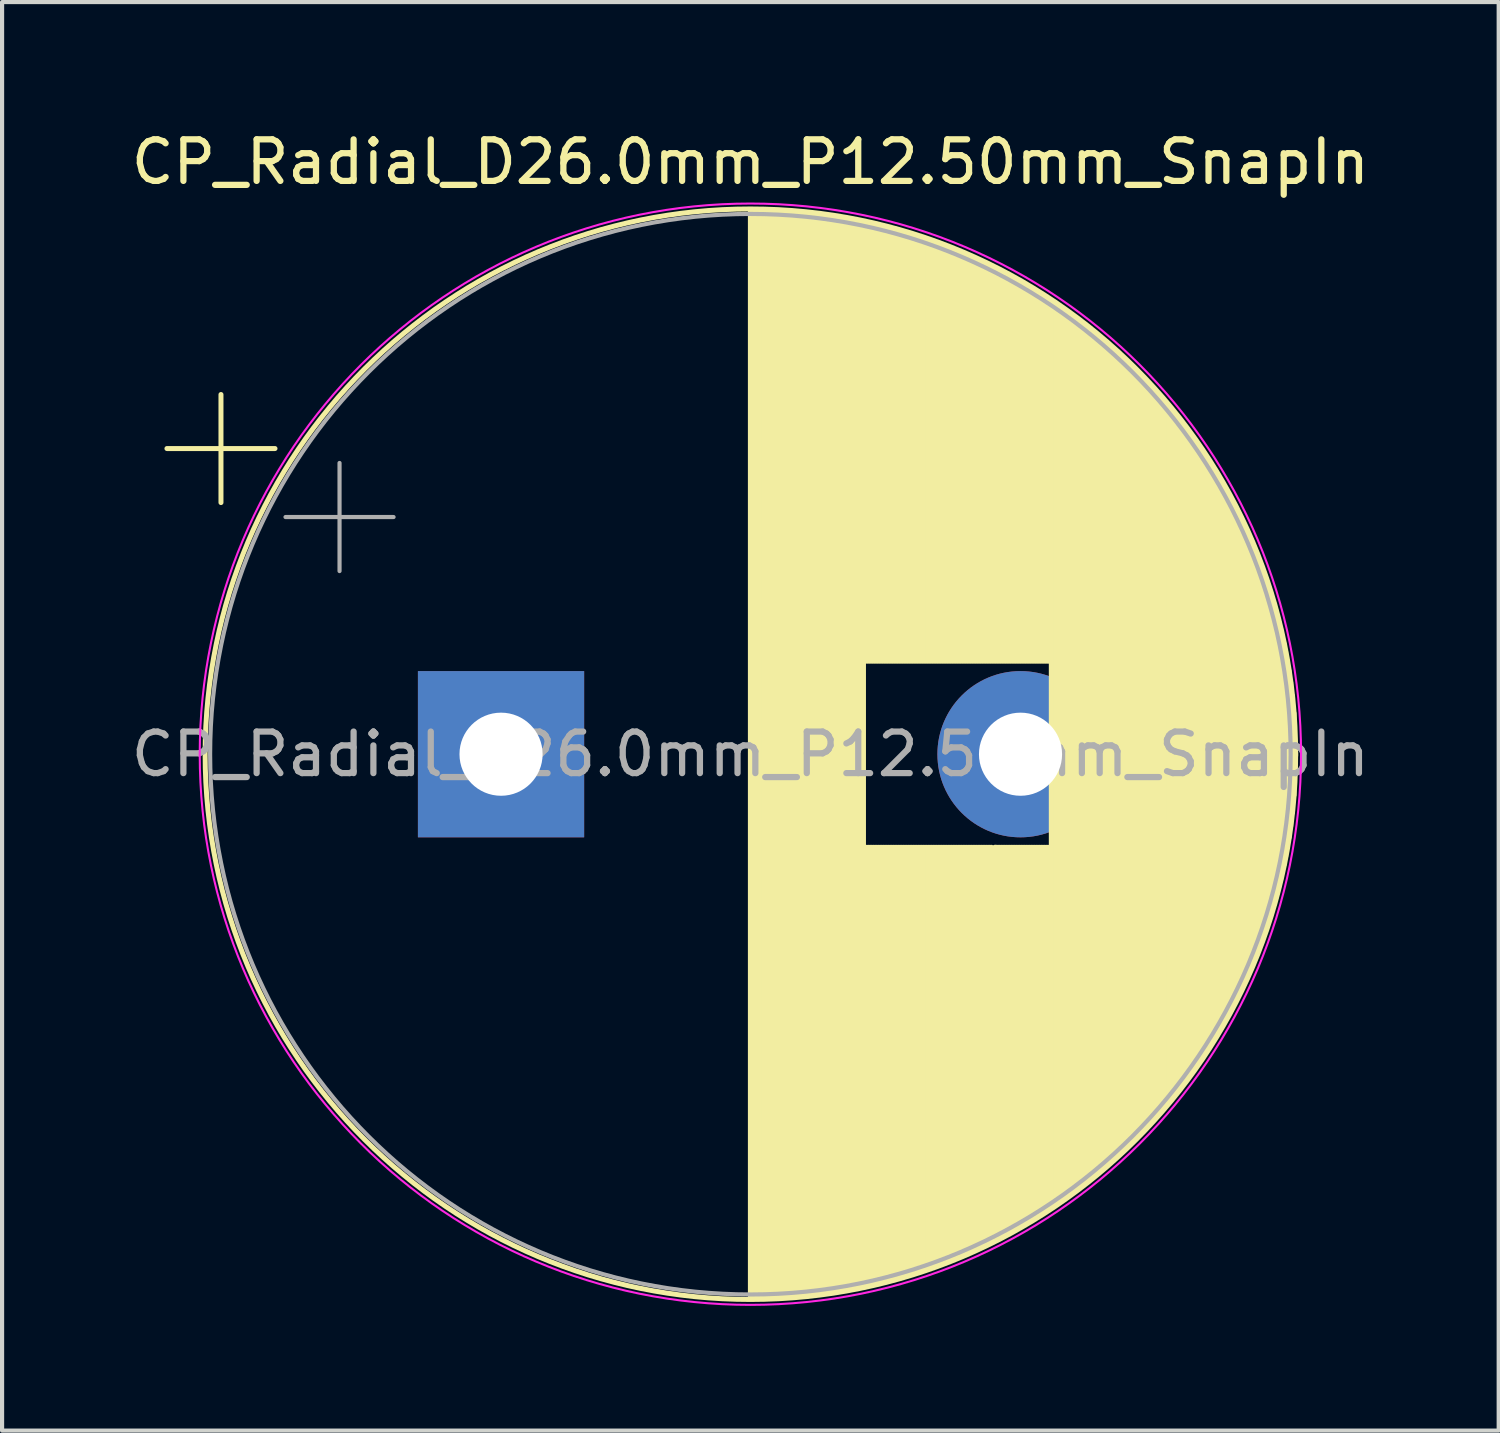
<source format=kicad_pcb>
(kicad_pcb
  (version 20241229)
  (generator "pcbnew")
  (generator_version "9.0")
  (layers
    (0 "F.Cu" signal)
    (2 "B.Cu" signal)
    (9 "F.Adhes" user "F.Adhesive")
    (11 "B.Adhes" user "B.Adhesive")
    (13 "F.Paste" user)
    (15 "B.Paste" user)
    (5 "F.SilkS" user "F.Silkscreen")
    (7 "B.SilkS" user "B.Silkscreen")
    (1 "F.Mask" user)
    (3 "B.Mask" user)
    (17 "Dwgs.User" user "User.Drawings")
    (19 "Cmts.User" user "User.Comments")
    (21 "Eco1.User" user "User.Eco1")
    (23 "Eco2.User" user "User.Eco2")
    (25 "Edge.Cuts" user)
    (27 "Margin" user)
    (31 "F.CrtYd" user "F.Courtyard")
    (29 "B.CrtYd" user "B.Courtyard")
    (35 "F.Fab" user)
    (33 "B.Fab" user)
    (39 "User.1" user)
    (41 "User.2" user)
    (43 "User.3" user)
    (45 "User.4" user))
  (footprint "CP_Radial_D26.0mm_P12.50mm_SnapIn"
    (layer "F.Cu")
    (at 9.006 15.098)
    (property "Reference" "CP_Radial_D26.0mm_P12.50mm_SnapIn" (at 6 -14.25 0) (layer "F.SilkS") (effects (font (size 1 1) (thickness 0.15))))
    (attr through_hole)
    (fp_line (start -8.039 -7.355) (end -5.439 -7.355) (stroke (width 0.12) (type solid)) (layer "F.SilkS"))
    (fp_line (start -6.739 -8.655) (end -6.739 -6.055) (stroke (width 0.12) (type solid)) (layer "F.SilkS"))
    (fp_line (start 6 -13.081) (end 6 13.081) (stroke (width 0.12) (type solid)) (layer "F.SilkS"))
    (fp_line (start 6.04 -13.08) (end 6.04 13.08) (stroke (width 0.12) (type solid)) (layer "F.SilkS"))
    (fp_line (start 6.08 -13.08) (end 6.08 13.08) (stroke (width 0.12) (type solid)) (layer "F.SilkS"))
    (fp_line (start 6.12 -13.08) (end 6.12 13.08) (stroke (width 0.12) (type solid)) (layer "F.SilkS"))
    (fp_line (start 6.16 -13.08) (end 6.16 13.08) (stroke (width 0.12) (type solid)) (layer "F.SilkS"))
    (fp_line (start 6.2 -13.079) (end 6.2 13.079) (stroke (width 0.12) (type solid)) (layer "F.SilkS"))
    (fp_line (start 6.24 -13.078) (end 6.24 13.078) (stroke (width 0.12) (type solid)) (layer "F.SilkS"))
    (fp_line (start 6.28 -13.078) (end 6.28 13.078) (stroke (width 0.12) (type solid)) (layer "F.SilkS"))
    (fp_line (start 6.32 -13.077) (end 6.32 13.077) (stroke (width 0.12) (type solid)) (layer "F.SilkS"))
    (fp_line (start 6.36 -13.076) (end 6.36 13.076) (stroke (width 0.12) (type solid)) (layer "F.SilkS"))
    (fp_line (start 6.4 -13.074) (end 6.4 13.074) (stroke (width 0.12) (type solid)) (layer "F.SilkS"))
    (fp_line (start 6.44 -13.073) (end 6.44 13.073) (stroke (width 0.12) (type solid)) (layer "F.SilkS"))
    (fp_line (start 6.48 -13.072) (end 6.48 13.072) (stroke (width 0.12) (type solid)) (layer "F.SilkS"))
    (fp_line (start 6.52 -13.07) (end 6.52 13.07) (stroke (width 0.12) (type solid)) (layer "F.SilkS"))
    (fp_line (start 6.56 -13.069) (end 6.56 13.069) (stroke (width 0.12) (type solid)) (layer "F.SilkS"))
    (fp_line (start 6.6 -13.067) (end 6.6 13.067) (stroke (width 0.12) (type solid)) (layer "F.SilkS"))
    (fp_line (start 6.64 -13.065) (end 6.64 13.065) (stroke (width 0.12) (type solid)) (layer "F.SilkS"))
    (fp_line (start 6.68 -13.063) (end 6.68 13.063) (stroke (width 0.12) (type solid)) (layer "F.SilkS"))
    (fp_line (start 6.721 -13.061) (end 6.721 13.061) (stroke (width 0.12) (type solid)) (layer "F.SilkS"))
    (fp_line (start 6.761 -13.058) (end 6.761 13.058) (stroke (width 0.12) (type solid)) (layer "F.SilkS"))
    (fp_line (start 6.801 -13.056) (end 6.801 13.056) (stroke (width 0.12) (type solid)) (layer "F.SilkS"))
    (fp_line (start 6.841 -13.054) (end 6.841 13.054) (stroke (width 0.12) (type solid)) (layer "F.SilkS"))
    (fp_line (start 6.881 -13.051) (end 6.881 13.051) (stroke (width 0.12) (type solid)) (layer "F.SilkS"))
    (fp_line (start 6.921 -13.048) (end 6.921 13.048) (stroke (width 0.12) (type solid)) (layer "F.SilkS"))
    (fp_line (start 6.961 -13.045) (end 6.961 13.045) (stroke (width 0.12) (type solid)) (layer "F.SilkS"))
    (fp_line (start 7.001 -13.042) (end 7.001 13.042) (stroke (width 0.12) (type solid)) (layer "F.SilkS"))
    (fp_line (start 7.041 -13.039) (end 7.041 13.039) (stroke (width 0.12) (type solid)) (layer "F.SilkS"))
    (fp_line (start 7.081 -13.036) (end 7.081 13.036) (stroke (width 0.12) (type solid)) (layer "F.SilkS"))
    (fp_line (start 7.121 -13.033) (end 7.121 13.033) (stroke (width 0.12) (type solid)) (layer "F.SilkS"))
    (fp_line (start 7.161 -13.029) (end 7.161 13.029) (stroke (width 0.12) (type solid)) (layer "F.SilkS"))
    (fp_line (start 7.201 -13.026) (end 7.201 13.026) (stroke (width 0.12) (type solid)) (layer "F.SilkS"))
    (fp_line (start 7.241 -13.022) (end 7.241 13.022) (stroke (width 0.12) (type solid)) (layer "F.SilkS"))
    (fp_line (start 7.281 -13.018) (end 7.281 13.018) (stroke (width 0.12) (type solid)) (layer "F.SilkS"))
    (fp_line (start 7.321 -13.014) (end 7.321 13.014) (stroke (width 0.12) (type solid)) (layer "F.SilkS"))
    (fp_line (start 7.361 -13.01) (end 7.361 13.01) (stroke (width 0.12) (type solid)) (layer "F.SilkS"))
    (fp_line (start 7.401 -13.006) (end 7.401 13.006) (stroke (width 0.12) (type solid)) (layer "F.SilkS"))
    (fp_line (start 7.441 -13.001) (end 7.441 13.001) (stroke (width 0.12) (type solid)) (layer "F.SilkS"))
    (fp_line (start 7.481 -12.997) (end 7.481 12.997) (stroke (width 0.12) (type solid)) (layer "F.SilkS"))
    (fp_line (start 7.521 -12.992) (end 7.521 12.992) (stroke (width 0.12) (type solid)) (layer "F.SilkS"))
    (fp_line (start 7.561 -12.987) (end 7.561 12.987) (stroke (width 0.12) (type solid)) (layer "F.SilkS"))
    (fp_line (start 7.601 -12.983) (end 7.601 12.983) (stroke (width 0.12) (type solid)) (layer "F.SilkS"))
    (fp_line (start 7.641 -12.978) (end 7.641 12.978) (stroke (width 0.12) (type solid)) (layer "F.SilkS"))
    (fp_line (start 7.681 -12.972) (end 7.681 12.972) (stroke (width 0.12) (type solid)) (layer "F.SilkS"))
    (fp_line (start 7.721 -12.967) (end 7.721 12.967) (stroke (width 0.12) (type solid)) (layer "F.SilkS"))
    (fp_line (start 7.761 -12.962) (end 7.761 12.962) (stroke (width 0.12) (type solid)) (layer "F.SilkS"))
    (fp_line (start 7.801 -12.956) (end 7.801 12.956) (stroke (width 0.12) (type solid)) (layer "F.SilkS"))
    (fp_line (start 7.841 -12.951) (end 7.841 12.951) (stroke (width 0.12) (type solid)) (layer "F.SilkS"))
    (fp_line (start 7.881 -12.945) (end 7.881 12.945) (stroke (width 0.12) (type solid)) (layer "F.SilkS"))
    (fp_line (start 7.921 -12.939) (end 7.921 12.939) (stroke (width 0.12) (type solid)) (layer "F.SilkS"))
    (fp_line (start 7.961 -12.933) (end 7.961 12.933) (stroke (width 0.12) (type solid)) (layer "F.SilkS"))
    (fp_line (start 8.001 -12.927) (end 8.001 12.927) (stroke (width 0.12) (type solid)) (layer "F.SilkS"))
    (fp_line (start 8.041 -12.921) (end 8.041 12.921) (stroke (width 0.12) (type solid)) (layer "F.SilkS"))
    (fp_line (start 8.081 -12.915) (end 8.081 12.915) (stroke (width 0.12) (type solid)) (layer "F.SilkS"))
    (fp_line (start 8.121 -12.908) (end 8.121 12.908) (stroke (width 0.12) (type solid)) (layer "F.SilkS"))
    (fp_line (start 8.161 -12.901) (end 8.161 12.901) (stroke (width 0.12) (type solid)) (layer "F.SilkS"))
    (fp_line (start 8.201 -12.895) (end 8.201 12.895) (stroke (width 0.12) (type solid)) (layer "F.SilkS"))
    (fp_line (start 8.241 -12.888) (end 8.241 12.888) (stroke (width 0.12) (type solid)) (layer "F.SilkS"))
    (fp_line (start 8.281 -12.881) (end 8.281 12.881) (stroke (width 0.12) (type solid)) (layer "F.SilkS"))
    (fp_line (start 8.321 -12.874) (end 8.321 12.874) (stroke (width 0.12) (type solid)) (layer "F.SilkS"))
    (fp_line (start 8.361 -12.866) (end 8.361 12.866) (stroke (width 0.12) (type solid)) (layer "F.SilkS"))
    (fp_line (start 8.401 -12.859) (end 8.401 12.859) (stroke (width 0.12) (type solid)) (layer "F.SilkS"))
    (fp_line (start 8.441 -12.852) (end 8.441 12.852) (stroke (width 0.12) (type solid)) (layer "F.SilkS"))
    (fp_line (start 8.481 -12.844) (end 8.481 12.844) (stroke (width 0.12) (type solid)) (layer "F.SilkS"))
    (fp_line (start 8.521 -12.836) (end 8.521 12.836) (stroke (width 0.12) (type solid)) (layer "F.SilkS"))
    (fp_line (start 8.561 -12.828) (end 8.561 12.828) (stroke (width 0.12) (type solid)) (layer "F.SilkS"))
    (fp_line (start 8.601 -12.82) (end 8.601 12.82) (stroke (width 0.12) (type solid)) (layer "F.SilkS"))
    (fp_line (start 8.641 -12.812) (end 8.641 12.812) (stroke (width 0.12) (type solid)) (layer "F.SilkS"))
    (fp_line (start 8.681 -12.804) (end 8.681 12.804) (stroke (width 0.12) (type solid)) (layer "F.SilkS"))
    (fp_line (start 8.721 -12.795) (end 8.721 12.795) (stroke (width 0.12) (type solid)) (layer "F.SilkS"))
    (fp_line (start 8.761 -12.787) (end 8.761 -2.24) (stroke (width 0.12) (type solid)) (layer "F.SilkS"))
    (fp_line (start 8.761 2.24) (end 8.761 12.787) (stroke (width 0.12) (type solid)) (layer "F.SilkS"))
    (fp_line (start 8.801 -12.778) (end 8.801 -2.24) (stroke (width 0.12) (type solid)) (layer "F.SilkS"))
    (fp_line (start 8.801 2.24) (end 8.801 12.778) (stroke (width 0.12) (type solid)) (layer "F.SilkS"))
    (fp_line (start 8.841 -12.769) (end 8.841 -2.24) (stroke (width 0.12) (type solid)) (layer "F.SilkS"))
    (fp_line (start 8.841 2.24) (end 8.841 12.769) (stroke (width 0.12) (type solid)) (layer "F.SilkS"))
    (fp_line (start 8.881 -12.761) (end 8.881 -2.24) (stroke (width 0.12) (type solid)) (layer "F.SilkS"))
    (fp_line (start 8.881 2.24) (end 8.881 12.761) (stroke (width 0.12) (type solid)) (layer "F.SilkS"))
    (fp_line (start 8.921 -12.751) (end 8.921 -2.24) (stroke (width 0.12) (type solid)) (layer "F.SilkS"))
    (fp_line (start 8.921 2.24) (end 8.921 12.751) (stroke (width 0.12) (type solid)) (layer "F.SilkS"))
    (fp_line (start 8.961 -12.742) (end 8.961 -2.24) (stroke (width 0.12) (type solid)) (layer "F.SilkS"))
    (fp_line (start 8.961 2.24) (end 8.961 12.742) (stroke (width 0.12) (type solid)) (layer "F.SilkS"))
    (fp_line (start 9.001 -12.733) (end 9.001 -2.24) (stroke (width 0.12) (type solid)) (layer "F.SilkS"))
    (fp_line (start 9.001 2.24) (end 9.001 12.733) (stroke (width 0.12) (type solid)) (layer "F.SilkS"))
    (fp_line (start 9.041 -12.723) (end 9.041 -2.24) (stroke (width 0.12) (type solid)) (layer "F.SilkS"))
    (fp_line (start 9.041 2.24) (end 9.041 12.723) (stroke (width 0.12) (type solid)) (layer "F.SilkS"))
    (fp_line (start 9.081 -12.714) (end 9.081 -2.24) (stroke (width 0.12) (type solid)) (layer "F.SilkS"))
    (fp_line (start 9.081 2.24) (end 9.081 12.714) (stroke (width 0.12) (type solid)) (layer "F.SilkS"))
    (fp_line (start 9.121 -12.704) (end 9.121 -2.24) (stroke (width 0.12) (type solid)) (layer "F.SilkS"))
    (fp_line (start 9.121 2.24) (end 9.121 12.704) (stroke (width 0.12) (type solid)) (layer "F.SilkS"))
    (fp_line (start 9.161 -12.694) (end 9.161 -2.24) (stroke (width 0.12) (type solid)) (layer "F.SilkS"))
    (fp_line (start 9.161 2.24) (end 9.161 12.694) (stroke (width 0.12) (type solid)) (layer "F.SilkS"))
    (fp_line (start 9.201 -12.684) (end 9.201 -2.24) (stroke (width 0.12) (type solid)) (layer "F.SilkS"))
    (fp_line (start 9.201 2.24) (end 9.201 12.684) (stroke (width 0.12) (type solid)) (layer "F.SilkS"))
    (fp_line (start 9.241 -12.674) (end 9.241 -2.24) (stroke (width 0.12) (type solid)) (layer "F.SilkS"))
    (fp_line (start 9.241 2.24) (end 9.241 12.674) (stroke (width 0.12) (type solid)) (layer "F.SilkS"))
    (fp_line (start 9.281 -12.664) (end 9.281 -2.24) (stroke (width 0.12) (type solid)) (layer "F.SilkS"))
    (fp_line (start 9.281 2.24) (end 9.281 12.664) (stroke (width 0.12) (type solid)) (layer "F.SilkS"))
    (fp_line (start 9.321 -12.653) (end 9.321 -2.24) (stroke (width 0.12) (type solid)) (layer "F.SilkS"))
    (fp_line (start 9.321 2.24) (end 9.321 12.653) (stroke (width 0.12) (type solid)) (layer "F.SilkS"))
    (fp_line (start 9.361 -12.643) (end 9.361 -2.24) (stroke (width 0.12) (type solid)) (layer "F.SilkS"))
    (fp_line (start 9.361 2.24) (end 9.361 12.643) (stroke (width 0.12) (type solid)) (layer "F.SilkS"))
    (fp_line (start 9.401 -12.632) (end 9.401 -2.24) (stroke (width 0.12) (type solid)) (layer "F.SilkS"))
    (fp_line (start 9.401 2.24) (end 9.401 12.632) (stroke (width 0.12) (type solid)) (layer "F.SilkS"))
    (fp_line (start 9.441 -12.621) (end 9.441 -2.24) (stroke (width 0.12) (type solid)) (layer "F.SilkS"))
    (fp_line (start 9.441 2.24) (end 9.441 12.621) (stroke (width 0.12) (type solid)) (layer "F.SilkS"))
    (fp_line (start 9.481 -12.611) (end 9.481 -2.24) (stroke (width 0.12) (type solid)) (layer "F.SilkS"))
    (fp_line (start 9.481 2.24) (end 9.481 12.611) (stroke (width 0.12) (type solid)) (layer "F.SilkS"))
    (fp_line (start 9.521 -12.599) (end 9.521 -2.24) (stroke (width 0.12) (type solid)) (layer "F.SilkS"))
    (fp_line (start 9.521 2.24) (end 9.521 12.599) (stroke (width 0.12) (type solid)) (layer "F.SilkS"))
    (fp_line (start 9.561 -12.588) (end 9.561 -2.24) (stroke (width 0.12) (type solid)) (layer "F.SilkS"))
    (fp_line (start 9.561 2.24) (end 9.561 12.588) (stroke (width 0.12) (type solid)) (layer "F.SilkS"))
    (fp_line (start 9.601 -12.577) (end 9.601 -2.24) (stroke (width 0.12) (type solid)) (layer "F.SilkS"))
    (fp_line (start 9.601 2.24) (end 9.601 12.577) (stroke (width 0.12) (type solid)) (layer "F.SilkS"))
    (fp_line (start 9.641 -12.565) (end 9.641 -2.24) (stroke (width 0.12) (type solid)) (layer "F.SilkS"))
    (fp_line (start 9.641 2.24) (end 9.641 12.565) (stroke (width 0.12) (type solid)) (layer "F.SilkS"))
    (fp_line (start 9.681 -12.554) (end 9.681 -2.24) (stroke (width 0.12) (type solid)) (layer "F.SilkS"))
    (fp_line (start 9.681 2.24) (end 9.681 12.554) (stroke (width 0.12) (type solid)) (layer "F.SilkS"))
    (fp_line (start 9.721 -12.542) (end 9.721 -2.24) (stroke (width 0.12) (type solid)) (layer "F.SilkS"))
    (fp_line (start 9.721 2.24) (end 9.721 12.542) (stroke (width 0.12) (type solid)) (layer "F.SilkS"))
    (fp_line (start 9.761 -12.53) (end 9.761 -2.24) (stroke (width 0.12) (type solid)) (layer "F.SilkS"))
    (fp_line (start 9.761 2.24) (end 9.761 12.53) (stroke (width 0.12) (type solid)) (layer "F.SilkS"))
    (fp_line (start 9.801 -12.518) (end 9.801 -2.24) (stroke (width 0.12) (type solid)) (layer "F.SilkS"))
    (fp_line (start 9.801 2.24) (end 9.801 12.518) (stroke (width 0.12) (type solid)) (layer "F.SilkS"))
    (fp_line (start 9.841 -12.506) (end 9.841 -2.24) (stroke (width 0.12) (type solid)) (layer "F.SilkS"))
    (fp_line (start 9.841 2.24) (end 9.841 12.506) (stroke (width 0.12) (type solid)) (layer "F.SilkS"))
    (fp_line (start 9.881 -12.494) (end 9.881 -2.24) (stroke (width 0.12) (type solid)) (layer "F.SilkS"))
    (fp_line (start 9.881 2.24) (end 9.881 12.494) (stroke (width 0.12) (type solid)) (layer "F.SilkS"))
    (fp_line (start 9.921 -12.481) (end 9.921 -2.24) (stroke (width 0.12) (type solid)) (layer "F.SilkS"))
    (fp_line (start 9.921 2.24) (end 9.921 12.481) (stroke (width 0.12) (type solid)) (layer "F.SilkS"))
    (fp_line (start 9.961 -12.469) (end 9.961 -2.24) (stroke (width 0.12) (type solid)) (layer "F.SilkS"))
    (fp_line (start 9.961 2.24) (end 9.961 12.469) (stroke (width 0.12) (type solid)) (layer "F.SilkS"))
    (fp_line (start 10.001 -12.456) (end 10.001 -2.24) (stroke (width 0.12) (type solid)) (layer "F.SilkS"))
    (fp_line (start 10.001 2.24) (end 10.001 12.456) (stroke (width 0.12) (type solid)) (layer "F.SilkS"))
    (fp_line (start 10.041 -12.443) (end 10.041 -2.24) (stroke (width 0.12) (type solid)) (layer "F.SilkS"))
    (fp_line (start 10.041 2.24) (end 10.041 12.443) (stroke (width 0.12) (type solid)) (layer "F.SilkS"))
    (fp_line (start 10.081 -12.43) (end 10.081 -2.24) (stroke (width 0.12) (type solid)) (layer "F.SilkS"))
    (fp_line (start 10.081 2.24) (end 10.081 12.43) (stroke (width 0.12) (type solid)) (layer "F.SilkS"))
    (fp_line (start 10.121 -12.417) (end 10.121 -2.24) (stroke (width 0.12) (type solid)) (layer "F.SilkS"))
    (fp_line (start 10.121 2.24) (end 10.121 12.417) (stroke (width 0.12) (type solid)) (layer "F.SilkS"))
    (fp_line (start 10.161 -12.404) (end 10.161 -2.24) (stroke (width 0.12) (type solid)) (layer "F.SilkS"))
    (fp_line (start 10.161 2.24) (end 10.161 12.404) (stroke (width 0.12) (type solid)) (layer "F.SilkS"))
    (fp_line (start 10.201 -12.39) (end 10.201 -2.24) (stroke (width 0.12) (type solid)) (layer "F.SilkS"))
    (fp_line (start 10.201 2.24) (end 10.201 12.39) (stroke (width 0.12) (type solid)) (layer "F.SilkS"))
    (fp_line (start 10.241 -12.376) (end 10.241 -2.24) (stroke (width 0.12) (type solid)) (layer "F.SilkS"))
    (fp_line (start 10.241 2.24) (end 10.241 12.376) (stroke (width 0.12) (type solid)) (layer "F.SilkS"))
    (fp_line (start 10.281 -12.363) (end 10.281 -2.24) (stroke (width 0.12) (type solid)) (layer "F.SilkS"))
    (fp_line (start 10.281 2.24) (end 10.281 12.363) (stroke (width 0.12) (type solid)) (layer "F.SilkS"))
    (fp_line (start 10.321 -12.349) (end 10.321 -2.24) (stroke (width 0.12) (type solid)) (layer "F.SilkS"))
    (fp_line (start 10.321 2.24) (end 10.321 12.349) (stroke (width 0.12) (type solid)) (layer "F.SilkS"))
    (fp_line (start 10.361 -12.335) (end 10.361 -2.24) (stroke (width 0.12) (type solid)) (layer "F.SilkS"))
    (fp_line (start 10.361 2.24) (end 10.361 12.335) (stroke (width 0.12) (type solid)) (layer "F.SilkS"))
    (fp_line (start 10.401 -12.321) (end 10.401 -2.24) (stroke (width 0.12) (type solid)) (layer "F.SilkS"))
    (fp_line (start 10.401 2.24) (end 10.401 12.321) (stroke (width 0.12) (type solid)) (layer "F.SilkS"))
    (fp_line (start 10.441 -12.306) (end 10.441 -2.24) (stroke (width 0.12) (type solid)) (layer "F.SilkS"))
    (fp_line (start 10.441 2.24) (end 10.441 12.306) (stroke (width 0.12) (type solid)) (layer "F.SilkS"))
    (fp_line (start 10.481 -12.292) (end 10.481 -2.24) (stroke (width 0.12) (type solid)) (layer "F.SilkS"))
    (fp_line (start 10.481 2.24) (end 10.481 12.292) (stroke (width 0.12) (type solid)) (layer "F.SilkS"))
    (fp_line (start 10.521 -12.277) (end 10.521 -2.24) (stroke (width 0.12) (type solid)) (layer "F.SilkS"))
    (fp_line (start 10.521 2.24) (end 10.521 12.277) (stroke (width 0.12) (type solid)) (layer "F.SilkS"))
    (fp_line (start 10.561 -12.263) (end 10.561 -2.24) (stroke (width 0.12) (type solid)) (layer "F.SilkS"))
    (fp_line (start 10.561 2.24) (end 10.561 12.263) (stroke (width 0.12) (type solid)) (layer "F.SilkS"))
    (fp_line (start 10.601 -12.248) (end 10.601 -2.24) (stroke (width 0.12) (type solid)) (layer "F.SilkS"))
    (fp_line (start 10.601 2.24) (end 10.601 12.248) (stroke (width 0.12) (type solid)) (layer "F.SilkS"))
    (fp_line (start 10.641 -12.233) (end 10.641 -2.24) (stroke (width 0.12) (type solid)) (layer "F.SilkS"))
    (fp_line (start 10.641 2.24) (end 10.641 12.233) (stroke (width 0.12) (type solid)) (layer "F.SilkS"))
    (fp_line (start 10.681 -12.217) (end 10.681 -2.24) (stroke (width 0.12) (type solid)) (layer "F.SilkS"))
    (fp_line (start 10.681 2.24) (end 10.681 12.217) (stroke (width 0.12) (type solid)) (layer "F.SilkS"))
    (fp_line (start 10.721 -12.202) (end 10.721 -2.24) (stroke (width 0.12) (type solid)) (layer "F.SilkS"))
    (fp_line (start 10.721 2.24) (end 10.721 12.202) (stroke (width 0.12) (type solid)) (layer "F.SilkS"))
    (fp_line (start 10.761 -12.187) (end 10.761 -2.24) (stroke (width 0.12) (type solid)) (layer "F.SilkS"))
    (fp_line (start 10.761 2.24) (end 10.761 12.187) (stroke (width 0.12) (type solid)) (layer "F.SilkS"))
    (fp_line (start 10.801 -12.171) (end 10.801 -2.24) (stroke (width 0.12) (type solid)) (layer "F.SilkS"))
    (fp_line (start 10.801 2.24) (end 10.801 12.171) (stroke (width 0.12) (type solid)) (layer "F.SilkS"))
    (fp_line (start 10.841 -12.155) (end 10.841 -2.24) (stroke (width 0.12) (type solid)) (layer "F.SilkS"))
    (fp_line (start 10.841 2.24) (end 10.841 12.155) (stroke (width 0.12) (type solid)) (layer "F.SilkS"))
    (fp_line (start 10.881 -12.139) (end 10.881 -2.24) (stroke (width 0.12) (type solid)) (layer "F.SilkS"))
    (fp_line (start 10.881 2.24) (end 10.881 12.139) (stroke (width 0.12) (type solid)) (layer "F.SilkS"))
    (fp_line (start 10.921 -12.123) (end 10.921 -2.24) (stroke (width 0.12) (type solid)) (layer "F.SilkS"))
    (fp_line (start 10.921 2.24) (end 10.921 12.123) (stroke (width 0.12) (type solid)) (layer "F.SilkS"))
    (fp_line (start 10.961 -12.107) (end 10.961 -2.24) (stroke (width 0.12) (type solid)) (layer "F.SilkS"))
    (fp_line (start 10.961 2.24) (end 10.961 12.107) (stroke (width 0.12) (type solid)) (layer "F.SilkS"))
    (fp_line (start 11.001 -12.09) (end 11.001 -2.24) (stroke (width 0.12) (type solid)) (layer "F.SilkS"))
    (fp_line (start 11.001 2.24) (end 11.001 12.09) (stroke (width 0.12) (type solid)) (layer "F.SilkS"))
    (fp_line (start 11.041 -12.074) (end 11.041 -2.24) (stroke (width 0.12) (type solid)) (layer "F.SilkS"))
    (fp_line (start 11.041 2.24) (end 11.041 12.074) (stroke (width 0.12) (type solid)) (layer "F.SilkS"))
    (fp_line (start 11.081 -12.057) (end 11.081 -2.24) (stroke (width 0.12) (type solid)) (layer "F.SilkS"))
    (fp_line (start 11.081 2.24) (end 11.081 12.057) (stroke (width 0.12) (type solid)) (layer "F.SilkS"))
    (fp_line (start 11.121 -12.04) (end 11.121 -2.24) (stroke (width 0.12) (type solid)) (layer "F.SilkS"))
    (fp_line (start 11.121 2.24) (end 11.121 12.04) (stroke (width 0.12) (type solid)) (layer "F.SilkS"))
    (fp_line (start 11.161 -12.023) (end 11.161 -2.24) (stroke (width 0.12) (type solid)) (layer "F.SilkS"))
    (fp_line (start 11.161 2.24) (end 11.161 12.023) (stroke (width 0.12) (type solid)) (layer "F.SilkS"))
    (fp_line (start 11.201 -12.006) (end 11.201 -2.24) (stroke (width 0.12) (type solid)) (layer "F.SilkS"))
    (fp_line (start 11.201 2.24) (end 11.201 12.006) (stroke (width 0.12) (type solid)) (layer "F.SilkS"))
    (fp_line (start 11.241 -11.989) (end 11.241 -2.24) (stroke (width 0.12) (type solid)) (layer "F.SilkS"))
    (fp_line (start 11.241 2.24) (end 11.241 11.989) (stroke (width 0.12) (type solid)) (layer "F.SilkS"))
    (fp_line (start 11.281 -11.971) (end 11.281 -2.24) (stroke (width 0.12) (type solid)) (layer "F.SilkS"))
    (fp_line (start 11.281 2.24) (end 11.281 11.971) (stroke (width 0.12) (type solid)) (layer "F.SilkS"))
    (fp_line (start 11.321 -11.953) (end 11.321 -2.24) (stroke (width 0.12) (type solid)) (layer "F.SilkS"))
    (fp_line (start 11.321 2.24) (end 11.321 11.953) (stroke (width 0.12) (type solid)) (layer "F.SilkS"))
    (fp_line (start 11.361 -11.936) (end 11.361 -2.24) (stroke (width 0.12) (type solid)) (layer "F.SilkS"))
    (fp_line (start 11.361 2.24) (end 11.361 11.936) (stroke (width 0.12) (type solid)) (layer "F.SilkS"))
    (fp_line (start 11.401 -11.918) (end 11.401 -2.24) (stroke (width 0.12) (type solid)) (layer "F.SilkS"))
    (fp_line (start 11.401 2.24) (end 11.401 11.918) (stroke (width 0.12) (type solid)) (layer "F.SilkS"))
    (fp_line (start 11.441 -11.9) (end 11.441 -2.24) (stroke (width 0.12) (type solid)) (layer "F.SilkS"))
    (fp_line (start 11.441 2.24) (end 11.441 11.9) (stroke (width 0.12) (type solid)) (layer "F.SilkS"))
    (fp_line (start 11.481 -11.881) (end 11.481 -2.24) (stroke (width 0.12) (type solid)) (layer "F.SilkS"))
    (fp_line (start 11.481 2.24) (end 11.481 11.881) (stroke (width 0.12) (type solid)) (layer "F.SilkS"))
    (fp_line (start 11.521 -11.863) (end 11.521 -2.24) (stroke (width 0.12) (type solid)) (layer "F.SilkS"))
    (fp_line (start 11.521 2.24) (end 11.521 11.863) (stroke (width 0.12) (type solid)) (layer "F.SilkS"))
    (fp_line (start 11.561 -11.844) (end 11.561 -2.24) (stroke (width 0.12) (type solid)) (layer "F.SilkS"))
    (fp_line (start 11.561 2.24) (end 11.561 11.844) (stroke (width 0.12) (type solid)) (layer "F.SilkS"))
    (fp_line (start 11.601 -11.825) (end 11.601 -2.24) (stroke (width 0.12) (type solid)) (layer "F.SilkS"))
    (fp_line (start 11.601 2.24) (end 11.601 11.825) (stroke (width 0.12) (type solid)) (layer "F.SilkS"))
    (fp_line (start 11.641 -11.806) (end 11.641 -2.24) (stroke (width 0.12) (type solid)) (layer "F.SilkS"))
    (fp_line (start 11.641 2.24) (end 11.641 11.806) (stroke (width 0.12) (type solid)) (layer "F.SilkS"))
    (fp_line (start 11.681 -11.787) (end 11.681 -2.24) (stroke (width 0.12) (type solid)) (layer "F.SilkS"))
    (fp_line (start 11.681 2.24) (end 11.681 11.787) (stroke (width 0.12) (type solid)) (layer "F.SilkS"))
    (fp_line (start 11.721 -11.768) (end 11.721 -2.24) (stroke (width 0.12) (type solid)) (layer "F.SilkS"))
    (fp_line (start 11.721 2.24) (end 11.721 11.768) (stroke (width 0.12) (type solid)) (layer "F.SilkS"))
    (fp_line (start 11.761 -11.748) (end 11.761 -2.24) (stroke (width 0.12) (type solid)) (layer "F.SilkS"))
    (fp_line (start 11.761 2.24) (end 11.761 11.748) (stroke (width 0.12) (type solid)) (layer "F.SilkS"))
    (fp_line (start 11.801 -11.729) (end 11.801 -2.24) (stroke (width 0.12) (type solid)) (layer "F.SilkS"))
    (fp_line (start 11.801 2.24) (end 11.801 11.729) (stroke (width 0.12) (type solid)) (layer "F.SilkS"))
    (fp_line (start 11.841 -11.709) (end 11.841 -2.24) (stroke (width 0.12) (type solid)) (layer "F.SilkS"))
    (fp_line (start 11.881 -11.689) (end 11.881 -2.24) (stroke (width 0.12) (type solid)) (layer "F.SilkS"))
    (fp_line (start 11.881 2.24) (end 11.881 11.689) (stroke (width 0.12) (type solid)) (layer "F.SilkS"))
    (fp_line (start 11.9 2.24) (end 11.841 11.709) (stroke (width 0.12) (type solid)) (layer "F.SilkS"))
    (fp_line (start 11.921 -11.669) (end 11.921 -2.24) (stroke (width 0.12) (type solid)) (layer "F.SilkS"))
    (fp_line (start 11.921 2.24) (end 11.921 11.669) (stroke (width 0.12) (type solid)) (layer "F.SilkS"))
    (fp_line (start 11.961 -11.649) (end 11.961 -2.24) (stroke (width 0.12) (type solid)) (layer "F.SilkS"))
    (fp_line (start 11.961 2.24) (end 11.961 11.649) (stroke (width 0.12) (type solid)) (layer "F.SilkS"))
    (fp_line (start 12.001 -11.628) (end 12.001 -2.24) (stroke (width 0.12) (type solid)) (layer "F.SilkS"))
    (fp_line (start 12.001 2.24) (end 12.001 11.628) (stroke (width 0.12) (type solid)) (layer "F.SilkS"))
    (fp_line (start 12.041 -11.608) (end 12.041 -2.24) (stroke (width 0.12) (type solid)) (layer "F.SilkS"))
    (fp_line (start 12.041 2.24) (end 12.041 11.608) (stroke (width 0.12) (type solid)) (layer "F.SilkS"))
    (fp_line (start 12.081 -11.587) (end 12.081 -2.24) (stroke (width 0.12) (type solid)) (layer "F.SilkS"))
    (fp_line (start 12.081 2.24) (end 12.081 11.587) (stroke (width 0.12) (type solid)) (layer "F.SilkS"))
    (fp_line (start 12.121 -11.566) (end 12.121 -2.24) (stroke (width 0.12) (type solid)) (layer "F.SilkS"))
    (fp_line (start 12.121 2.24) (end 12.121 11.566) (stroke (width 0.12) (type solid)) (layer "F.SilkS"))
    (fp_line (start 12.161 -11.544) (end 12.161 -2.24) (stroke (width 0.12) (type solid)) (layer "F.SilkS"))
    (fp_line (start 12.161 2.24) (end 12.161 11.544) (stroke (width 0.12) (type solid)) (layer "F.SilkS"))
    (fp_line (start 12.201 -11.523) (end 12.201 -2.24) (stroke (width 0.12) (type solid)) (layer "F.SilkS"))
    (fp_line (start 12.201 2.24) (end 12.201 11.523) (stroke (width 0.12) (type solid)) (layer "F.SilkS"))
    (fp_line (start 12.241 -11.502) (end 12.241 -2.24) (stroke (width 0.12) (type solid)) (layer "F.SilkS"))
    (fp_line (start 12.241 2.24) (end 12.241 11.502) (stroke (width 0.12) (type solid)) (layer "F.SilkS"))
    (fp_line (start 12.281 -11.48) (end 12.281 -2.24) (stroke (width 0.12) (type solid)) (layer "F.SilkS"))
    (fp_line (start 12.281 2.24) (end 12.281 11.48) (stroke (width 0.12) (type solid)) (layer "F.SilkS"))
    (fp_line (start 12.321 -11.458) (end 12.321 -2.24) (stroke (width 0.12) (type solid)) (layer "F.SilkS"))
    (fp_line (start 12.321 2.24) (end 12.321 11.458) (stroke (width 0.12) (type solid)) (layer "F.SilkS"))
    (fp_line (start 12.361 -11.436) (end 12.361 -2.24) (stroke (width 0.12) (type solid)) (layer "F.SilkS"))
    (fp_line (start 12.361 2.24) (end 12.361 11.436) (stroke (width 0.12) (type solid)) (layer "F.SilkS"))
    (fp_line (start 12.401 -11.414) (end 12.401 -2.24) (stroke (width 0.12) (type solid)) (layer "F.SilkS"))
    (fp_line (start 12.401 2.24) (end 12.401 11.414) (stroke (width 0.12) (type solid)) (layer "F.SilkS"))
    (fp_line (start 12.441 -11.391) (end 12.441 -2.24) (stroke (width 0.12) (type solid)) (layer "F.SilkS"))
    (fp_line (start 12.441 2.24) (end 12.441 11.391) (stroke (width 0.12) (type solid)) (layer "F.SilkS"))
    (fp_line (start 12.481 -11.369) (end 12.481 -2.24) (stroke (width 0.12) (type solid)) (layer "F.SilkS"))
    (fp_line (start 12.481 2.24) (end 12.481 11.369) (stroke (width 0.12) (type solid)) (layer "F.SilkS"))
    (fp_line (start 12.521 -11.346) (end 12.521 -2.24) (stroke (width 0.12) (type solid)) (layer "F.SilkS"))
    (fp_line (start 12.521 2.24) (end 12.521 11.346) (stroke (width 0.12) (type solid)) (layer "F.SilkS"))
    (fp_line (start 12.561 -11.323) (end 12.561 -2.24) (stroke (width 0.12) (type solid)) (layer "F.SilkS"))
    (fp_line (start 12.561 2.24) (end 12.561 11.323) (stroke (width 0.12) (type solid)) (layer "F.SilkS"))
    (fp_line (start 12.601 -11.3) (end 12.601 -2.24) (stroke (width 0.12) (type solid)) (layer "F.SilkS"))
    (fp_line (start 12.601 2.24) (end 12.601 11.3) (stroke (width 0.12) (type solid)) (layer "F.SilkS"))
    (fp_line (start 12.641 -11.276) (end 12.641 -2.24) (stroke (width 0.12) (type solid)) (layer "F.SilkS"))
    (fp_line (start 12.641 2.24) (end 12.641 11.276) (stroke (width 0.12) (type solid)) (layer "F.SilkS"))
    (fp_line (start 12.681 -11.253) (end 12.681 -2.24) (stroke (width 0.12) (type solid)) (layer "F.SilkS"))
    (fp_line (start 12.681 2.24) (end 12.681 11.253) (stroke (width 0.12) (type solid)) (layer "F.SilkS"))
    (fp_line (start 12.721 -11.229) (end 12.721 -2.24) (stroke (width 0.12) (type solid)) (layer "F.SilkS"))
    (fp_line (start 12.721 2.24) (end 12.721 11.229) (stroke (width 0.12) (type solid)) (layer "F.SilkS"))
    (fp_line (start 12.761 -11.205) (end 12.761 -2.24) (stroke (width 0.12) (type solid)) (layer "F.SilkS"))
    (fp_line (start 12.761 2.24) (end 12.761 11.205) (stroke (width 0.12) (type solid)) (layer "F.SilkS"))
    (fp_line (start 12.801 -11.181) (end 12.801 -2.24) (stroke (width 0.12) (type solid)) (layer "F.SilkS"))
    (fp_line (start 12.801 2.24) (end 12.801 11.181) (stroke (width 0.12) (type solid)) (layer "F.SilkS"))
    (fp_line (start 12.841 -11.156) (end 12.841 -2.24) (stroke (width 0.12) (type solid)) (layer "F.SilkS"))
    (fp_line (start 12.841 2.24) (end 12.841 11.156) (stroke (width 0.12) (type solid)) (layer "F.SilkS"))
    (fp_line (start 12.881 -11.132) (end 12.881 -2.24) (stroke (width 0.12) (type solid)) (layer "F.SilkS"))
    (fp_line (start 12.881 2.24) (end 12.881 11.132) (stroke (width 0.12) (type solid)) (layer "F.SilkS"))
    (fp_line (start 12.921 -11.107) (end 12.921 -2.24) (stroke (width 0.12) (type solid)) (layer "F.SilkS"))
    (fp_line (start 12.921 2.24) (end 12.921 11.107) (stroke (width 0.12) (type solid)) (layer "F.SilkS"))
    (fp_line (start 12.961 -11.082) (end 12.961 -2.24) (stroke (width 0.12) (type solid)) (layer "F.SilkS"))
    (fp_line (start 12.961 2.24) (end 12.961 11.082) (stroke (width 0.12) (type solid)) (layer "F.SilkS"))
    (fp_line (start 13.001 -11.057) (end 13.001 -2.24) (stroke (width 0.12) (type solid)) (layer "F.SilkS"))
    (fp_line (start 13.001 2.24) (end 13.001 11.057) (stroke (width 0.12) (type solid)) (layer "F.SilkS"))
    (fp_line (start 13.041 -11.032) (end 13.041 -2.24) (stroke (width 0.12) (type solid)) (layer "F.SilkS"))
    (fp_line (start 13.041 2.24) (end 13.041 11.032) (stroke (width 0.12) (type solid)) (layer "F.SilkS"))
    (fp_line (start 13.081 -11.006) (end 13.081 -2.24) (stroke (width 0.12) (type solid)) (layer "F.SilkS"))
    (fp_line (start 13.081 2.24) (end 13.081 11.006) (stroke (width 0.12) (type solid)) (layer "F.SilkS"))
    (fp_line (start 13.121 -10.98) (end 13.121 -2.24) (stroke (width 0.12) (type solid)) (layer "F.SilkS"))
    (fp_line (start 13.121 2.24) (end 13.121 10.98) (stroke (width 0.12) (type solid)) (layer "F.SilkS"))
    (fp_line (start 13.161 -10.955) (end 13.161 -2.24) (stroke (width 0.12) (type solid)) (layer "F.SilkS"))
    (fp_line (start 13.161 2.24) (end 13.161 10.955) (stroke (width 0.12) (type solid)) (layer "F.SilkS"))
    (fp_line (start 13.201 -10.928) (end 13.201 -2.24) (stroke (width 0.12) (type solid)) (layer "F.SilkS"))
    (fp_line (start 13.201 2.24) (end 13.201 10.928) (stroke (width 0.12) (type solid)) (layer "F.SilkS"))
    (fp_line (start 13.241 -10.902) (end 13.241 10.902) (stroke (width 0.12) (type solid)) (layer "F.SilkS"))
    (fp_line (start 13.281 -10.875) (end 13.281 10.875) (stroke (width 0.12) (type solid)) (layer "F.SilkS"))
    (fp_line (start 13.321 -10.849) (end 13.321 10.849) (stroke (width 0.12) (type solid)) (layer "F.SilkS"))
    (fp_line (start 13.361 -10.822) (end 13.361 10.822) (stroke (width 0.12) (type solid)) (layer "F.SilkS"))
    (fp_line (start 13.401 -10.794) (end 13.401 10.794) (stroke (width 0.12) (type solid)) (layer "F.SilkS"))
    (fp_line (start 13.441 -10.767) (end 13.441 10.767) (stroke (width 0.12) (type solid)) (layer "F.SilkS"))
    (fp_line (start 13.481 -10.739) (end 13.481 10.739) (stroke (width 0.12) (type solid)) (layer "F.SilkS"))
    (fp_line (start 13.521 -10.711) (end 13.521 10.711) (stroke (width 0.12) (type solid)) (layer "F.SilkS"))
    (fp_line (start 13.561 -10.683) (end 13.561 10.683) (stroke (width 0.12) (type solid)) (layer "F.SilkS"))
    (fp_line (start 13.601 -10.655) (end 13.601 10.655) (stroke (width 0.12) (type solid)) (layer "F.SilkS"))
    (fp_line (start 13.641 -10.627) (end 13.641 10.627) (stroke (width 0.12) (type solid)) (layer "F.SilkS"))
    (fp_line (start 13.681 -10.598) (end 13.681 10.598) (stroke (width 0.12) (type solid)) (layer "F.SilkS"))
    (fp_line (start 13.721 -10.569) (end 13.721 10.569) (stroke (width 0.12) (type solid)) (layer "F.SilkS"))
    (fp_line (start 13.761 -10.54) (end 13.761 10.54) (stroke (width 0.12) (type solid)) (layer "F.SilkS"))
    (fp_line (start 13.801 -10.51) (end 13.801 10.51) (stroke (width 0.12) (type solid)) (layer "F.SilkS"))
    (fp_line (start 13.841 -10.48) (end 13.841 10.48) (stroke (width 0.12) (type solid)) (layer "F.SilkS"))
    (fp_line (start 13.881 -10.45) (end 13.881 10.45) (stroke (width 0.12) (type solid)) (layer "F.SilkS"))
    (fp_line (start 13.921 -10.42) (end 13.921 10.42) (stroke (width 0.12) (type solid)) (layer "F.SilkS"))
    (fp_line (start 13.961 -10.39) (end 13.961 10.39) (stroke (width 0.12) (type solid)) (layer "F.SilkS"))
    (fp_line (start 14.001 -10.359) (end 14.001 10.359) (stroke (width 0.12) (type solid)) (layer "F.SilkS"))
    (fp_line (start 14.041 -10.328) (end 14.041 10.328) (stroke (width 0.12) (type solid)) (layer "F.SilkS"))
    (fp_line (start 14.081 -10.297) (end 14.081 10.297) (stroke (width 0.12) (type solid)) (layer "F.SilkS"))
    (fp_line (start 14.121 -10.266) (end 14.121 10.266) (stroke (width 0.12) (type solid)) (layer "F.SilkS"))
    (fp_line (start 14.161 -10.234) (end 14.161 10.234) (stroke (width 0.12) (type solid)) (layer "F.SilkS"))
    (fp_line (start 14.2 -10.202) (end 14.2 10.202) (stroke (width 0.12) (type solid)) (layer "F.SilkS"))
    (fp_line (start 14.24 -10.17) (end 14.24 10.17) (stroke (width 0.12) (type solid)) (layer "F.SilkS"))
    (fp_line (start 14.28 -10.138) (end 14.28 10.138) (stroke (width 0.12) (type solid)) (layer "F.SilkS"))
    (fp_line (start 14.32 -10.105) (end 14.32 10.105) (stroke (width 0.12) (type solid)) (layer "F.SilkS"))
    (fp_line (start 14.36 -10.072) (end 14.36 10.072) (stroke (width 0.12) (type solid)) (layer "F.SilkS"))
    (fp_line (start 14.4 -10.039) (end 14.4 10.039) (stroke (width 0.12) (type solid)) (layer "F.SilkS"))
    (fp_line (start 14.44 -10.005) (end 14.44 10.005) (stroke (width 0.12) (type solid)) (layer "F.SilkS"))
    (fp_line (start 14.48 -9.972) (end 14.48 9.972) (stroke (width 0.12) (type solid)) (layer "F.SilkS"))
    (fp_line (start 14.52 -9.938) (end 14.52 9.938) (stroke (width 0.12) (type solid)) (layer "F.SilkS"))
    (fp_line (start 14.56 -9.903) (end 14.56 9.903) (stroke (width 0.12) (type solid)) (layer "F.SilkS"))
    (fp_line (start 14.6 -9.869) (end 14.6 9.869) (stroke (width 0.12) (type solid)) (layer "F.SilkS"))
    (fp_line (start 14.64 -9.834) (end 14.64 9.834) (stroke (width 0.12) (type solid)) (layer "F.SilkS"))
    (fp_line (start 14.68 -9.799) (end 14.68 9.799) (stroke (width 0.12) (type solid)) (layer "F.SilkS"))
    (fp_line (start 14.72 -9.763) (end 14.72 9.763) (stroke (width 0.12) (type solid)) (layer "F.SilkS"))
    (fp_line (start 14.76 -9.728) (end 14.76 9.728) (stroke (width 0.12) (type solid)) (layer "F.SilkS"))
    (fp_line (start 14.8 -9.692) (end 14.8 9.692) (stroke (width 0.12) (type solid)) (layer "F.SilkS"))
    (fp_line (start 14.84 -9.655) (end 14.84 9.655) (stroke (width 0.12) (type solid)) (layer "F.SilkS"))
    (fp_line (start 14.88 -9.619) (end 14.88 9.619) (stroke (width 0.12) (type solid)) (layer "F.SilkS"))
    (fp_line (start 14.92 -9.582) (end 14.92 9.582) (stroke (width 0.12) (type solid)) (layer "F.SilkS"))
    (fp_line (start 14.96 -9.544) (end 14.96 9.544) (stroke (width 0.12) (type solid)) (layer "F.SilkS"))
    (fp_line (start 15 -9.507) (end 15 9.507) (stroke (width 0.12) (type solid)) (layer "F.SilkS"))
    (fp_line (start 15.04 -9.469) (end 15.04 9.469) (stroke (width 0.12) (type solid)) (layer "F.SilkS"))
    (fp_line (start 15.08 -9.431) (end 15.08 9.431) (stroke (width 0.12) (type solid)) (layer "F.SilkS"))
    (fp_line (start 15.12 -9.392) (end 15.12 9.392) (stroke (width 0.12) (type solid)) (layer "F.SilkS"))
    (fp_line (start 15.16 -9.354) (end 15.16 9.354) (stroke (width 0.12) (type solid)) (layer "F.SilkS"))
    (fp_line (start 15.2 -9.314) (end 15.2 9.314) (stroke (width 0.12) (type solid)) (layer "F.SilkS"))
    (fp_line (start 15.24 -9.275) (end 15.24 9.275) (stroke (width 0.12) (type solid)) (layer "F.SilkS"))
    (fp_line (start 15.28 -9.235) (end 15.28 9.235) (stroke (width 0.12) (type solid)) (layer "F.SilkS"))
    (fp_line (start 15.32 -9.195) (end 15.32 9.195) (stroke (width 0.12) (type solid)) (layer "F.SilkS"))
    (fp_line (start 15.36 -9.154) (end 15.36 9.154) (stroke (width 0.12) (type solid)) (layer "F.SilkS"))
    (fp_line (start 15.4 -9.113) (end 15.4 9.113) (stroke (width 0.12) (type solid)) (layer "F.SilkS"))
    (fp_line (start 15.44 -9.072) (end 15.44 9.072) (stroke (width 0.12) (type solid)) (layer "F.SilkS"))
    (fp_line (start 15.48 -9.03) (end 15.48 9.03) (stroke (width 0.12) (type solid)) (layer "F.SilkS"))
    (fp_line (start 15.52 -8.988) (end 15.52 8.988) (stroke (width 0.12) (type solid)) (layer "F.SilkS"))
    (fp_line (start 15.56 -8.946) (end 15.56 8.946) (stroke (width 0.12) (type solid)) (layer "F.SilkS"))
    (fp_line (start 15.6 -8.903) (end 15.6 8.903) (stroke (width 0.12) (type solid)) (layer "F.SilkS"))
    (fp_line (start 15.64 -8.86) (end 15.64 8.86) (stroke (width 0.12) (type solid)) (layer "F.SilkS"))
    (fp_line (start 15.68 -8.817) (end 15.68 8.817) (stroke (width 0.12) (type solid)) (layer "F.SilkS"))
    (fp_line (start 15.72 -8.773) (end 15.72 8.773) (stroke (width 0.12) (type solid)) (layer "F.SilkS"))
    (fp_line (start 15.76 -8.728) (end 15.76 8.728) (stroke (width 0.12) (type solid)) (layer "F.SilkS"))
    (fp_line (start 15.8 -8.684) (end 15.8 8.684) (stroke (width 0.12) (type solid)) (layer "F.SilkS"))
    (fp_line (start 15.84 -8.639) (end 15.84 8.639) (stroke (width 0.12) (type solid)) (layer "F.SilkS"))
    (fp_line (start 15.88 -8.593) (end 15.88 8.593) (stroke (width 0.12) (type solid)) (layer "F.SilkS"))
    (fp_line (start 15.92 -8.547) (end 15.92 8.547) (stroke (width 0.12) (type solid)) (layer "F.SilkS"))
    (fp_line (start 15.96 -8.501) (end 15.96 8.501) (stroke (width 0.12) (type solid)) (layer "F.SilkS"))
    (fp_line (start 16 -8.454) (end 16 8.454) (stroke (width 0.12) (type solid)) (layer "F.SilkS"))
    (fp_line (start 16.04 -8.406) (end 16.04 8.406) (stroke (width 0.12) (type solid)) (layer "F.SilkS"))
    (fp_line (start 16.08 -8.359) (end 16.08 8.359) (stroke (width 0.12) (type solid)) (layer "F.SilkS"))
    (fp_line (start 16.12 -8.31) (end 16.12 8.31) (stroke (width 0.12) (type solid)) (layer "F.SilkS"))
    (fp_line (start 16.16 -8.262) (end 16.16 8.262) (stroke (width 0.12) (type solid)) (layer "F.SilkS"))
    (fp_line (start 16.2 -8.212) (end 16.2 8.212) (stroke (width 0.12) (type solid)) (layer "F.SilkS"))
    (fp_line (start 16.24 -8.163) (end 16.24 8.163) (stroke (width 0.12) (type solid)) (layer "F.SilkS"))
    (fp_line (start 16.28 -8.113) (end 16.28 8.113) (stroke (width 0.12) (type solid)) (layer "F.SilkS"))
    (fp_line (start 16.32 -8.062) (end 16.32 8.062) (stroke (width 0.12) (type solid)) (layer "F.SilkS"))
    (fp_line (start 16.36 -8.011) (end 16.36 8.011) (stroke (width 0.12) (type solid)) (layer "F.SilkS"))
    (fp_line (start 16.4 -7.959) (end 16.4 7.959) (stroke (width 0.12) (type solid)) (layer "F.SilkS"))
    (fp_line (start 16.44 -7.907) (end 16.44 7.907) (stroke (width 0.12) (type solid)) (layer "F.SilkS"))
    (fp_line (start 16.48 -7.854) (end 16.48 7.854) (stroke (width 0.12) (type solid)) (layer "F.SilkS"))
    (fp_line (start 16.52 -7.8) (end 16.52 7.8) (stroke (width 0.12) (type solid)) (layer "F.SilkS"))
    (fp_line (start 16.56 -7.746) (end 16.56 7.746) (stroke (width 0.12) (type solid)) (layer "F.SilkS"))
    (fp_line (start 16.6 -7.692) (end 16.6 7.692) (stroke (width 0.12) (type solid)) (layer "F.SilkS"))
    (fp_line (start 16.64 -7.637) (end 16.64 7.637) (stroke (width 0.12) (type solid)) (layer "F.SilkS"))
    (fp_line (start 16.68 -7.581) (end 16.68 7.581) (stroke (width 0.12) (type solid)) (layer "F.SilkS"))
    (fp_line (start 16.72 -7.525) (end 16.72 7.525) (stroke (width 0.12) (type solid)) (layer "F.SilkS"))
    (fp_line (start 16.76 -7.468) (end 16.76 7.468) (stroke (width 0.12) (type solid)) (layer "F.SilkS"))
    (fp_line (start 16.8 -7.41) (end 16.8 7.41) (stroke (width 0.12) (type solid)) (layer "F.SilkS"))
    (fp_line (start 16.84 -7.352) (end 16.84 7.352) (stroke (width 0.12) (type solid)) (layer "F.SilkS"))
    (fp_line (start 16.88 -7.293) (end 16.88 7.293) (stroke (width 0.12) (type solid)) (layer "F.SilkS"))
    (fp_line (start 16.92 -7.233) (end 16.92 7.233) (stroke (width 0.12) (type solid)) (layer "F.SilkS"))
    (fp_line (start 16.96 -7.172) (end 16.96 7.172) (stroke (width 0.12) (type solid)) (layer "F.SilkS"))
    (fp_line (start 17 -7.111) (end 17 7.111) (stroke (width 0.12) (type solid)) (layer "F.SilkS"))
    (fp_line (start 17.04 -7.049) (end 17.04 7.049) (stroke (width 0.12) (type solid)) (layer "F.SilkS"))
    (fp_line (start 17.08 -6.987) (end 17.08 6.987) (stroke (width 0.12) (type solid)) (layer "F.SilkS"))
    (fp_line (start 17.12 -6.923) (end 17.12 6.923) (stroke (width 0.12) (type solid)) (layer "F.SilkS"))
    (fp_line (start 17.16 -6.859) (end 17.16 6.859) (stroke (width 0.12) (type solid)) (layer "F.SilkS"))
    (fp_line (start 17.2 -6.794) (end 17.2 6.794) (stroke (width 0.12) (type solid)) (layer "F.SilkS"))
    (fp_line (start 17.24 -6.728) (end 17.24 6.728) (stroke (width 0.12) (type solid)) (layer "F.SilkS"))
    (fp_line (start 17.28 -6.661) (end 17.28 6.661) (stroke (width 0.12) (type solid)) (layer "F.SilkS"))
    (fp_line (start 17.32 -6.593) (end 17.32 6.593) (stroke (width 0.12) (type solid)) (layer "F.SilkS"))
    (fp_line (start 17.36 -6.524) (end 17.36 6.524) (stroke (width 0.12) (type solid)) (layer "F.SilkS"))
    (fp_line (start 17.4 -6.455) (end 17.4 6.455) (stroke (width 0.12) (type solid)) (layer "F.SilkS"))
    (fp_line (start 17.44 -6.384) (end 17.44 6.384) (stroke (width 0.12) (type solid)) (layer "F.SilkS"))
    (fp_line (start 17.48 -6.312) (end 17.48 6.312) (stroke (width 0.12) (type solid)) (layer "F.SilkS"))
    (fp_line (start 17.52 -6.239) (end 17.52 6.239) (stroke (width 0.12) (type solid)) (layer "F.SilkS"))
    (fp_line (start 17.56 -6.165) (end 17.56 6.165) (stroke (width 0.12) (type solid)) (layer "F.SilkS"))
    (fp_line (start 17.6 -6.09) (end 17.6 6.09) (stroke (width 0.12) (type solid)) (layer "F.SilkS"))
    (fp_line (start 17.64 -6.014) (end 17.64 6.014) (stroke (width 0.12) (type solid)) (layer "F.SilkS"))
    (fp_line (start 17.68 -5.936) (end 17.68 5.936) (stroke (width 0.12) (type solid)) (layer "F.SilkS"))
    (fp_line (start 17.72 -5.858) (end 17.72 5.858) (stroke (width 0.12) (type solid)) (layer "F.SilkS"))
    (fp_line (start 17.76 -5.777) (end 17.76 5.777) (stroke (width 0.12) (type solid)) (layer "F.SilkS"))
    (fp_line (start 17.8 -5.696) (end 17.8 5.696) (stroke (width 0.12) (type solid)) (layer "F.SilkS"))
    (fp_line (start 17.84 -5.613) (end 17.84 5.613) (stroke (width 0.12) (type solid)) (layer "F.SilkS"))
    (fp_line (start 17.88 -5.528) (end 17.88 5.528) (stroke (width 0.12) (type solid)) (layer "F.SilkS"))
    (fp_line (start 17.92 -5.442) (end 17.92 5.442) (stroke (width 0.12) (type solid)) (layer "F.SilkS"))
    (fp_line (start 17.96 -5.354) (end 17.96 5.354) (stroke (width 0.12) (type solid)) (layer "F.SilkS"))
    (fp_line (start 18 -5.265) (end 18 5.265) (stroke (width 0.12) (type solid)) (layer "F.SilkS"))
    (fp_line (start 18.04 -5.173) (end 18.04 5.173) (stroke (width 0.12) (type solid)) (layer "F.SilkS"))
    (fp_line (start 18.08 -5.08) (end 18.08 5.08) (stroke (width 0.12) (type solid)) (layer "F.SilkS"))
    (fp_line (start 18.12 -4.984) (end 18.12 4.984) (stroke (width 0.12) (type solid)) (layer "F.SilkS"))
    (fp_line (start 18.16 -4.887) (end 18.16 4.887) (stroke (width 0.12) (type solid)) (layer "F.SilkS"))
    (fp_line (start 18.2 -4.787) (end 18.2 4.787) (stroke (width 0.12) (type solid)) (layer "F.SilkS"))
    (fp_line (start 18.24 -4.685) (end 18.24 4.685) (stroke (width 0.12) (type solid)) (layer "F.SilkS"))
    (fp_line (start 18.28 -4.58) (end 18.28 4.58) (stroke (width 0.12) (type solid)) (layer "F.SilkS"))
    (fp_line (start 18.32 -4.472) (end 18.32 4.472) (stroke (width 0.12) (type solid)) (layer "F.SilkS"))
    (fp_line (start 18.36 -4.361) (end 18.36 4.361) (stroke (width 0.12) (type solid)) (layer "F.SilkS"))
    (fp_line (start 18.4 -4.247) (end 18.4 4.247) (stroke (width 0.12) (type solid)) (layer "F.SilkS"))
    (fp_line (start 18.44 -4.13) (end 18.44 4.13) (stroke (width 0.12) (type solid)) (layer "F.SilkS"))
    (fp_line (start 18.48 -4.008) (end 18.48 4.008) (stroke (width 0.12) (type solid)) (layer "F.SilkS"))
    (fp_line (start 18.52 -3.883) (end 18.52 3.883) (stroke (width 0.12) (type solid)) (layer "F.SilkS"))
    (fp_line (start 18.56 -3.753) (end 18.56 3.753) (stroke (width 0.12) (type solid)) (layer "F.SilkS"))
    (fp_line (start 18.6 -3.618) (end 18.6 3.618) (stroke (width 0.12) (type solid)) (layer "F.SilkS"))
    (fp_line (start 18.64 -3.477) (end 18.64 3.477) (stroke (width 0.12) (type solid)) (layer "F.SilkS"))
    (fp_line (start 18.68 -3.33) (end 18.68 3.33) (stroke (width 0.12) (type solid)) (layer "F.SilkS"))
    (fp_line (start 18.72 -3.175) (end 18.72 3.175) (stroke (width 0.12) (type solid)) (layer "F.SilkS"))
    (fp_line (start 18.76 -3.013) (end 18.76 3.013) (stroke (width 0.12) (type solid)) (layer "F.SilkS"))
    (fp_line (start 18.8 -2.841) (end 18.8 2.841) (stroke (width 0.12) (type solid)) (layer "F.SilkS"))
    (fp_line (start 18.84 -2.657) (end 18.84 2.657) (stroke (width 0.12) (type solid)) (layer "F.SilkS"))
    (fp_line (start 18.88 -2.458) (end 18.88 2.458) (stroke (width 0.12) (type solid)) (layer "F.SilkS"))
    (fp_line (start 18.92 -2.243) (end 18.92 2.243) (stroke (width 0.12) (type solid)) (layer "F.SilkS"))
    (fp_line (start 18.96 -2.003) (end 18.96 2.003) (stroke (width 0.12) (type solid)) (layer "F.SilkS"))
    (fp_line (start 19 -1.731) (end 19 1.731) (stroke (width 0.12) (type solid)) (layer "F.SilkS"))
    (fp_line (start 19.04 -1.407) (end 19.04 1.407) (stroke (width 0.12) (type solid)) (layer "F.SilkS"))
    (fp_line (start 19.08 -0.984) (end 19.08 0.984) (stroke (width 0.12) (type solid)) (layer "F.SilkS"))
    (fp_line (start 19.12 -0.04) (end 19.12 0.04) (stroke (width 0.12) (type solid)) (layer "F.SilkS"))
    (fp_circle (center 6 0) (end 19.12 0) (stroke (width 0.12) (type solid)) (fill no) (layer "F.SilkS"))
    (fp_circle (center 6 0) (end 19.25 0) (stroke (width 0.05) (type solid)) (fill no) (layer "F.CrtYd"))
    (fp_line (start -5.186 -5.707) (end -2.586 -5.707) (stroke (width 0.1) (type solid)) (layer "F.Fab"))
    (fp_line (start -3.886 -7.008) (end -3.886 -4.407) (stroke (width 0.1) (type solid)) (layer "F.Fab"))
    (fp_circle (center 6 0) (end 19 0) (stroke (width 0.1) (type solid)) (fill no) (layer "F.Fab"))
    (fp_text user "${REFERENCE}" (at 6 0 0) (layer "F.Fab") (effects (font (size 1 1) (thickness 0.15))))
    (pad "1" thru_hole rect (at 0 0) (size 4 4) (drill 2) (layers "*.Cu" "*.Mask"))
    (pad "2" thru_hole circle (at 12.5 0) (size 4 4) (drill 2) (layers "*.Cu" "*.Mask")))
  (gr_rect
    (start -3 -3)
    (end 33.012 31.373)
    (stroke (width 0.1) (type default))
    (fill no)
    (layer "Edge.Cuts")))
</source>
